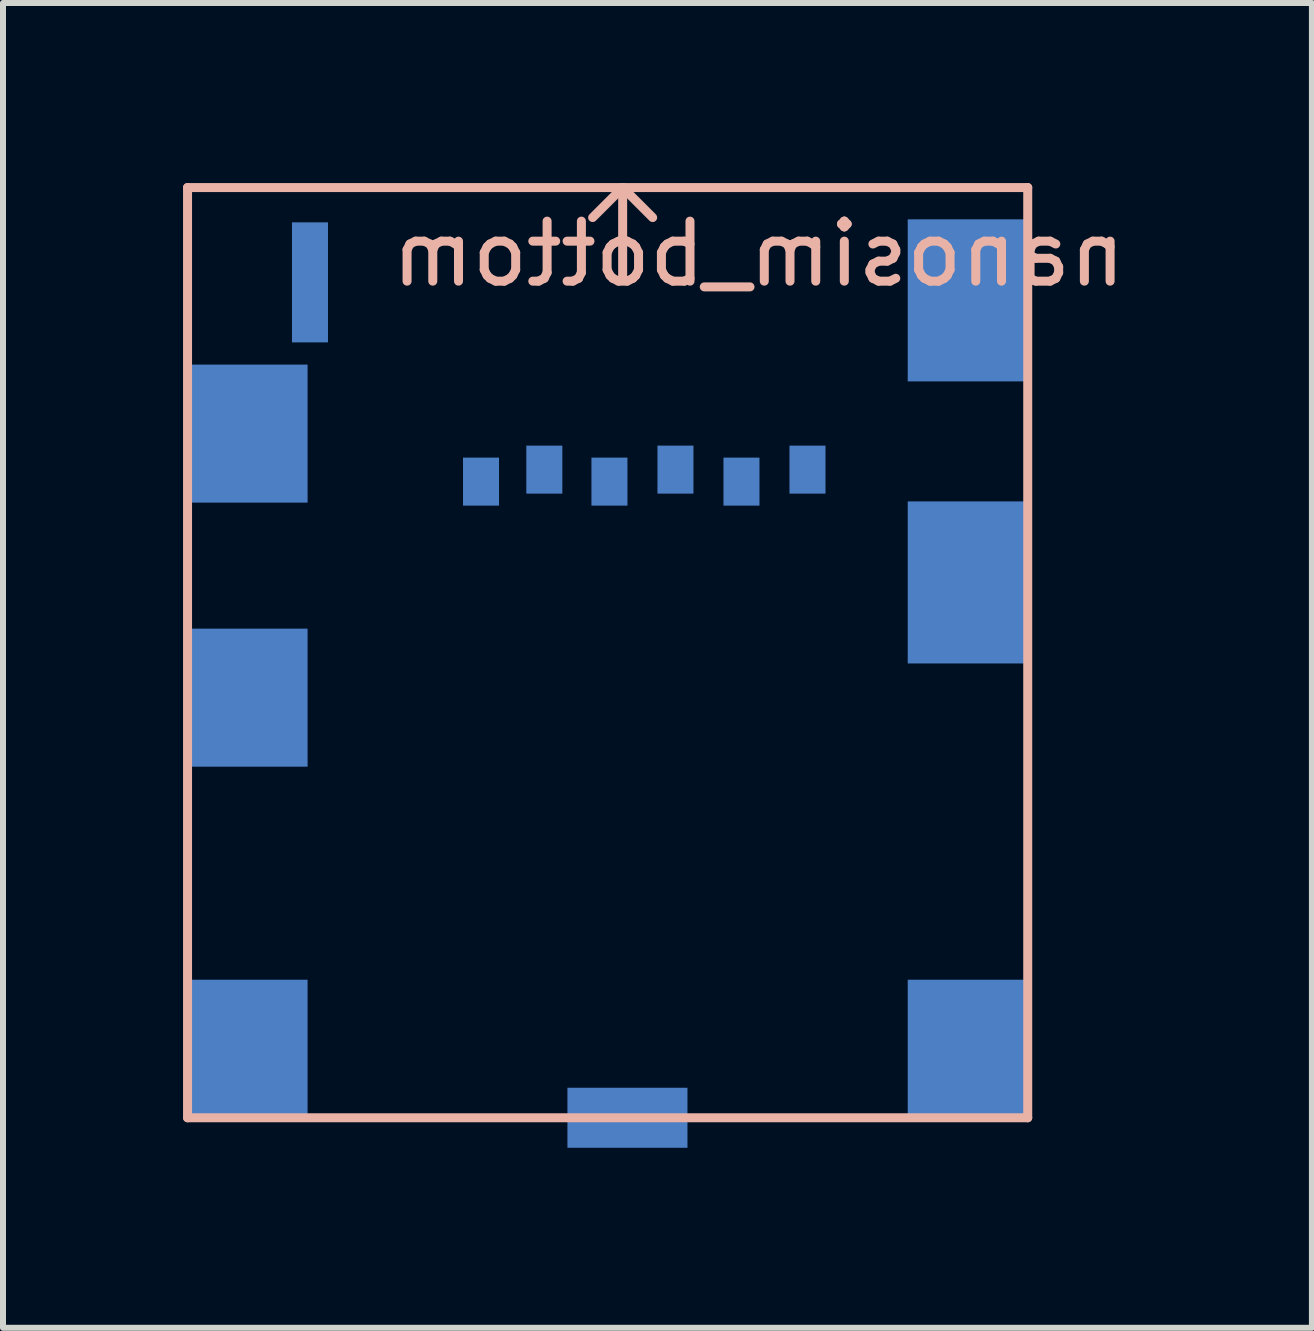
<source format=kicad_pcb>
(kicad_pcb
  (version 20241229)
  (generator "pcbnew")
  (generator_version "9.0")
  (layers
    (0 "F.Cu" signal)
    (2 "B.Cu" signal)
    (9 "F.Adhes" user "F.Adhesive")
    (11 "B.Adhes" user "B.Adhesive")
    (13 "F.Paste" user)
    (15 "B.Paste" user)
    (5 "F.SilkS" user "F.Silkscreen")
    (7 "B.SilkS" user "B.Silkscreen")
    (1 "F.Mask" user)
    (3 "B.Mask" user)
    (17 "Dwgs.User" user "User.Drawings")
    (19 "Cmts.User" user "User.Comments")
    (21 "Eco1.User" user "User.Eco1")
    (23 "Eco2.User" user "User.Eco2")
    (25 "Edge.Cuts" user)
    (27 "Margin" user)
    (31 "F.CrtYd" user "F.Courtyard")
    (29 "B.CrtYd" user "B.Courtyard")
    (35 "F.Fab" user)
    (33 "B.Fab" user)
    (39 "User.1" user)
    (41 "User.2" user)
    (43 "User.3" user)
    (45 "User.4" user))
  (footprint "nanosim_bottom"
    (layer "F.Cu")
    (at 7.075 9.575)
    (property "Reference" "nanosim_bottom" (at 2.515 -8.395 0) (layer "B.SilkS") (effects (font (size 1 1) (thickness 0.15)) (justify mirror)))
    (attr through_hole)
    (fp_line (start -7 -9.5) (end 7 -9.5) (stroke (width 0.15) (type solid)) (layer "B.SilkS"))
    (fp_line (start -7 6) (end -7 -9.5) (stroke (width 0.15) (type solid)) (layer "B.SilkS"))
    (fp_line (start -0.25 -9) (end 0.25 -9.5) (stroke (width 0.15) (type solid)) (layer "B.SilkS"))
    (fp_line (start 0.25 -9.5) (end 0.25 -8) (stroke (width 0.15) (type solid)) (layer "B.SilkS"))
    (fp_line (start 0.75 -9) (end 0.25 -9.5) (stroke (width 0.15) (type solid)) (layer "B.SilkS"))
    (fp_line (start 7 -9.5) (end 7 6) (stroke (width 0.15) (type solid)) (layer "B.SilkS"))
    (fp_line (start 7 6) (end -7 6) (stroke (width 0.15) (type solid)) (layer "B.SilkS"))
    (pad "" smd rect (at -6 -5.4) (size 2 2.3) (layers "B.Cu" "B.Mask" "B.Paste"))
    (pad "" smd rect (at -6 -1) (size 2 2.3) (layers "B.Cu" "B.Mask" "B.Paste"))
    (pad "" smd rect (at -6 4.85) (size 2 2.3) (layers "B.Cu" "B.Mask" "B.Paste"))
    (pad "" smd rect (at -4.96 -7.92) (size 0.6 2) (layers "B.Cu" "B.Mask" "B.Paste"))
    (pad "" smd rect (at 0.33 6) (size 2 1) (layers "B.Cu" "B.Mask" "B.Paste"))
    (pad "" smd rect (at 6 -7.62) (size 2 2.7) (layers "B.Cu" "B.Mask" "B.Paste"))
    (pad "" smd rect (at 6 -2.92) (size 2 2.7) (layers "B.Cu" "B.Mask" "B.Paste"))
    (pad "" smd rect (at 6 4.85) (size 2 2.3) (layers "B.Cu" "B.Mask" "B.Paste"))
    (pad "1" smd rect (at -2.11 -4.6) (size 0.6 0.8) (layers "B.Cu" "B.Mask" "B.Paste"))
    (pad "2" smd rect (at -1.055 -4.8) (size 0.6 0.8) (layers "B.Cu" "B.Mask" "B.Paste"))
    (pad "3" smd rect (at 0.03 -4.6) (size 0.6 0.8) (layers "B.Cu" "B.Mask" "B.Paste"))
    (pad "4" smd rect (at 1.13 -4.8) (size 0.6 0.8) (layers "B.Cu" "B.Mask" "B.Paste"))
    (pad "5" smd rect (at 2.23 -4.6) (size 0.6 0.8) (layers "B.Cu" "B.Mask" "B.Paste"))
    (pad "6" smd rect (at 3.33 -4.8) (size 0.6 0.8) (layers "B.Cu" "B.Mask" "B.Paste")))
  (gr_rect
    (start -3 -3)
    (end 18.81 19.075)
    (stroke (width 0.1) (type default))
    (fill no)
    (layer "Edge.Cuts")))
</source>
